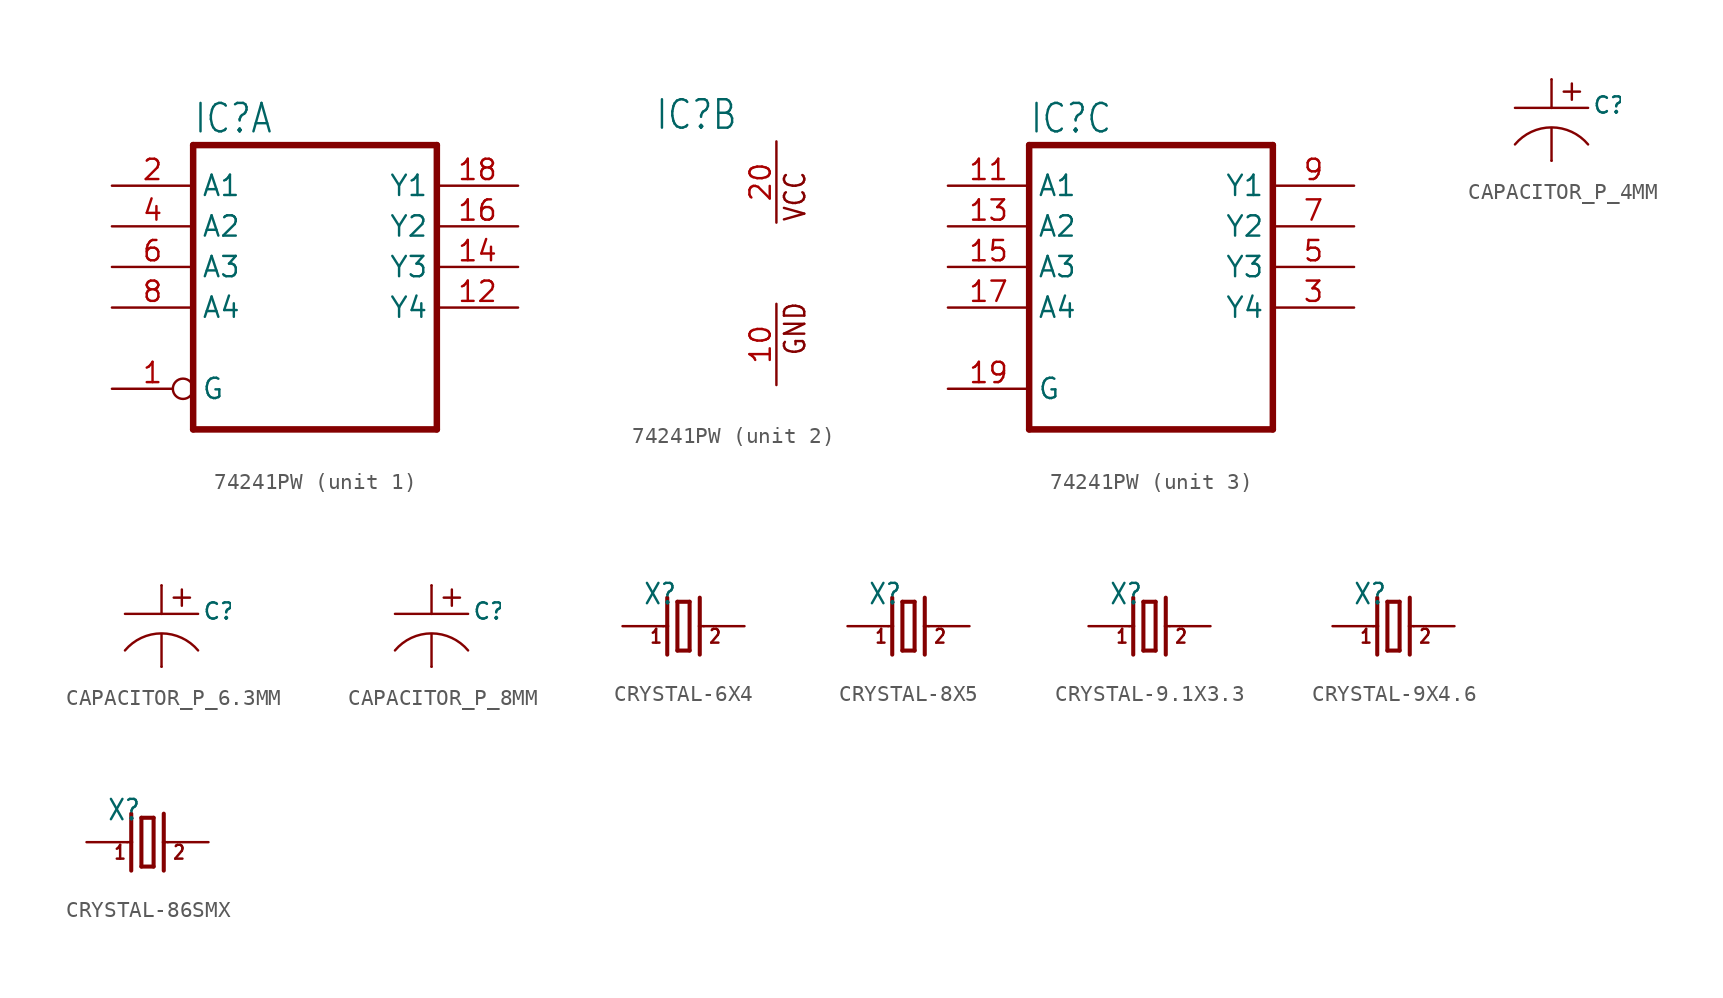
<source format=kicad_sym>
(kicad_symbol_lib
  (version 20220914)
  (generator kicad_symbol_editor)
  (symbol "74241PW"
    (property "Reference" "IC"
      (at -7.62 8.255 0)
      (effects (font (size 1.778 1.511)) (justify left bottom)))
    (property "ki_locked" ""
      (at 0 0 0)
      (effects (font (size 1.27 1.27))))
    (symbol "74241PW_1_0"
      (polyline (pts (xy -7.62 -10.16) (xy 7.62 -10.16)) (stroke (width 0.406) (type solid)) (fill (type none)))
      (polyline (pts (xy -7.62 7.62) (xy -7.62 -10.16)) (stroke (width 0.406) (type solid)) (fill (type none)))
      (polyline (pts (xy 7.62 -10.16) (xy 7.62 7.62)) (stroke (width 0.406) (type solid)) (fill (type none)))
      (polyline (pts (xy 7.62 7.62) (xy -7.62 7.62)) (stroke (width 0.406) (type solid)) (fill (type none)))
      (pin input inverted (at -12.7 -7.62 0) (length 5.08) (name "G" (effects (font (size 1.27 1.27)))) (number "1" (effects (font (size 1.27 1.27)))))
      (pin tri_state line (at 12.7 -2.54 180) (length 5.08) (name "Y4" (effects (font (size 1.27 1.27)))) (number "12" (effects (font (size 1.27 1.27)))))
      (pin tri_state line (at 12.7 0 180) (length 5.08) (name "Y3" (effects (font (size 1.27 1.27)))) (number "14" (effects (font (size 1.27 1.27)))))
      (pin tri_state line (at 12.7 2.54 180) (length 5.08) (name "Y2" (effects (font (size 1.27 1.27)))) (number "16" (effects (font (size 1.27 1.27)))))
      (pin tri_state line (at 12.7 5.08 180) (length 5.08) (name "Y1" (effects (font (size 1.27 1.27)))) (number "18" (effects (font (size 1.27 1.27)))))
      (pin input line (at -12.7 5.08 0) (length 5.08) (name "A1" (effects (font (size 1.27 1.27)))) (number "2" (effects (font (size 1.27 1.27)))))
      (pin input line (at -12.7 2.54 0) (length 5.08) (name "A2" (effects (font (size 1.27 1.27)))) (number "4" (effects (font (size 1.27 1.27)))))
      (pin input line (at -12.7 0 0) (length 5.08) (name "A3" (effects (font (size 1.27 1.27)))) (number "6" (effects (font (size 1.27 1.27)))))
      (pin input line (at -12.7 -2.54 0) (length 5.08) (name "A4" (effects (font (size 1.27 1.27)))) (number "8" (effects (font (size 1.27 1.27))))))
    (symbol "74241PW_2_0"
      (text "GND" (at 1.905 -5.842 900) (effects (font (size 1.27 1.079)) (justify left bottom)))
      (text "VCC" (at 1.905 2.54 900) (effects (font (size 1.27 1.079)) (justify left bottom)))
      (pin power_in line (at 0 -7.62 90) (length 5.08) (name "GND" (effects (font (size 0 0)))) (number "10" (effects (font (size 1.27 1.27)))))
      (pin power_in line (at 0 7.62 270) (length 5.08) (name "VCC" (effects (font (size 0 0)))) (number "20" (effects (font (size 1.27 1.27))))))
    (symbol "74241PW_3_0"
      (polyline (pts (xy -7.62 -10.16) (xy 7.62 -10.16)) (stroke (width 0.406) (type solid)) (fill (type none)))
      (polyline (pts (xy -7.62 7.62) (xy -7.62 -10.16)) (stroke (width 0.406) (type solid)) (fill (type none)))
      (polyline (pts (xy 7.62 -10.16) (xy 7.62 7.62)) (stroke (width 0.406) (type solid)) (fill (type none)))
      (polyline (pts (xy 7.62 7.62) (xy -7.62 7.62)) (stroke (width 0.406) (type solid)) (fill (type none)))
      (pin input line (at -12.7 5.08 0) (length 5.08) (name "A1" (effects (font (size 1.27 1.27)))) (number "11" (effects (font (size 1.27 1.27)))))
      (pin input line (at -12.7 2.54 0) (length 5.08) (name "A2" (effects (font (size 1.27 1.27)))) (number "13" (effects (font (size 1.27 1.27)))))
      (pin input line (at -12.7 0 0) (length 5.08) (name "A3" (effects (font (size 1.27 1.27)))) (number "15" (effects (font (size 1.27 1.27)))))
      (pin input line (at -12.7 -2.54 0) (length 5.08) (name "A4" (effects (font (size 1.27 1.27)))) (number "17" (effects (font (size 1.27 1.27)))))
      (pin input line (at -12.7 -7.62 0) (length 5.08) (name "G" (effects (font (size 1.27 1.27)))) (number "19" (effects (font (size 1.27 1.27)))))
      (pin tri_state line (at 12.7 -2.54 180) (length 5.08) (name "Y4" (effects (font (size 1.27 1.27)))) (number "3" (effects (font (size 1.27 1.27)))))
      (pin tri_state line (at 12.7 0 180) (length 5.08) (name "Y3" (effects (font (size 1.27 1.27)))) (number "5" (effects (font (size 1.27 1.27)))))
      (pin tri_state line (at 12.7 2.54 180) (length 5.08) (name "Y2" (effects (font (size 1.27 1.27)))) (number "7" (effects (font (size 1.27 1.27)))))
      (pin tri_state line (at 12.7 5.08 180) (length 5.08) (name "Y1" (effects (font (size 1.27 1.27)))) (number "9" (effects (font (size 1.27 1.27)))))))
  (symbol "CAPACITOR_P_4MM"
    (property "Reference" "C"
      (at 2.54 1.524 0)
      (effects (font (size 1.016 1.016)) (justify left top)))
    (property "Value" ""
      (at 2.54 -1.524 0)
      (effects (font (size 1.016 1.016)) (justify left bottom)))
    (property "ki_locked" ""
      (at 0 0 0)
      (effects (font (size 1.27 1.27))))
    (symbol "CAPACITOR_P_4MM_1_0"
      (polyline (pts (xy -2.286 0.762) (xy 0 0.762)) (stroke (width 0.152) (type solid)) (fill (type none)))
      (polyline (pts (xy 0 -2.54) (xy 0 -0.508)) (stroke (width 0.152) (type solid)) (fill (type none)))
      (polyline (pts (xy 0 0.762) (xy 2.286 0.762)) (stroke (width 0.152) (type solid)) (fill (type none)))
      (polyline (pts (xy 0 2.54) (xy 0 0.762)) (stroke (width 0.152) (type solid)) (fill (type none)))
      (polyline (pts (xy 1.27 2.286) (xy 1.27 1.27)) (stroke (width 0.152) (type solid)) (fill (type none)))
      (polyline (pts (xy 1.778 1.778) (xy 0.762 1.778)) (stroke (width 0.152) (type solid)) (fill (type none)))
      (arc (start 2.2859 -1.5239) (mid -0.0001 -0.458) (end -2.286 -1.524) (stroke (width 0.1524) (type solid)) (fill (type none)))
      (pin passive line (at 0 2.54 270) (length 0) (name "P$1" (effects (font (size 0 0)))) (number "P$1" (effects (font (size 0 0)))))
      (pin passive line (at 0 -2.54 90) (length 0) (name "P$2" (effects (font (size 0 0)))) (number "P$2" (effects (font (size 0 0)))))))
  (symbol "CAPACITOR_P_6.3MM"
    (property "Reference" "C"
      (at 2.54 1.524 0)
      (effects (font (size 1.016 1.016)) (justify left top)))
    (property "Value" ""
      (at 2.54 -1.524 0)
      (effects (font (size 1.016 1.016)) (justify left bottom)))
    (property "ki_locked" ""
      (at 0 0 0)
      (effects (font (size 1.27 1.27))))
    (symbol "CAPACITOR_P_6.3MM_1_0"
      (polyline (pts (xy -2.286 0.762) (xy 0 0.762)) (stroke (width 0.152) (type solid)) (fill (type none)))
      (polyline (pts (xy 0 -2.54) (xy 0 -0.508)) (stroke (width 0.152) (type solid)) (fill (type none)))
      (polyline (pts (xy 0 0.762) (xy 2.286 0.762)) (stroke (width 0.152) (type solid)) (fill (type none)))
      (polyline (pts (xy 0 2.54) (xy 0 0.762)) (stroke (width 0.152) (type solid)) (fill (type none)))
      (polyline (pts (xy 1.27 2.286) (xy 1.27 1.27)) (stroke (width 0.152) (type solid)) (fill (type none)))
      (polyline (pts (xy 1.778 1.778) (xy 0.762 1.778)) (stroke (width 0.152) (type solid)) (fill (type none)))
      (arc (start 2.2859 -1.5239) (mid -0.0001 -0.458) (end -2.286 -1.524) (stroke (width 0.1524) (type solid)) (fill (type none)))
      (pin passive line (at 0 2.54 270) (length 0) (name "P$1" (effects (font (size 0 0)))) (number "P$1" (effects (font (size 0 0)))))
      (pin passive line (at 0 -2.54 90) (length 0) (name "P$2" (effects (font (size 0 0)))) (number "P$2" (effects (font (size 0 0)))))))
  (symbol "CAPACITOR_P_8MM"
    (property "Reference" "C"
      (at 2.54 1.524 0)
      (effects (font (size 1.016 1.016)) (justify left top)))
    (property "Value" ""
      (at 2.54 -1.524 0)
      (effects (font (size 1.016 1.016)) (justify left bottom)))
    (property "ki_locked" ""
      (at 0 0 0)
      (effects (font (size 1.27 1.27))))
    (symbol "CAPACITOR_P_8MM_1_0"
      (polyline (pts (xy -2.286 0.762) (xy 0 0.762)) (stroke (width 0.152) (type solid)) (fill (type none)))
      (polyline (pts (xy 0 -2.54) (xy 0 -0.508)) (stroke (width 0.152) (type solid)) (fill (type none)))
      (polyline (pts (xy 0 0.762) (xy 2.286 0.762)) (stroke (width 0.152) (type solid)) (fill (type none)))
      (polyline (pts (xy 0 2.54) (xy 0 0.762)) (stroke (width 0.152) (type solid)) (fill (type none)))
      (polyline (pts (xy 1.27 2.286) (xy 1.27 1.27)) (stroke (width 0.152) (type solid)) (fill (type none)))
      (polyline (pts (xy 1.778 1.778) (xy 0.762 1.778)) (stroke (width 0.152) (type solid)) (fill (type none)))
      (arc (start 2.2859 -1.5239) (mid -0.0001 -0.458) (end -2.286 -1.524) (stroke (width 0.1524) (type solid)) (fill (type none)))
      (pin passive line (at 0 2.54 270) (length 0) (name "P$1" (effects (font (size 0 0)))) (number "P$1" (effects (font (size 0 0)))))
      (pin passive line (at 0 -2.54 90) (length 0) (name "P$2" (effects (font (size 0 0)))) (number "P$2" (effects (font (size 0 0)))))))
  (symbol "CRYSTAL-6X4"
    (property "Reference" "X"
      (at -2.54 1.27 0)
      (effects (font (size 1.27 1.079)) (justify left bottom)))
    (property "Value" ""
      (at -2.54 -2.667 0)
      (effects (font (size 1.27 1.079)) (justify left bottom)))
    (property "ki_locked" ""
      (at 0 0 0)
      (effects (font (size 1.27 1.27))))
    (symbol "CRYSTAL-6X4_1_0"
      (polyline (pts (xy -1.27 0) (xy -1.016 0)) (stroke (width 0.152) (type solid)) (fill (type none)))
      (polyline (pts (xy -1.016 0) (xy -1.016 -1.778)) (stroke (width 0.254) (type solid)) (fill (type none)))
      (polyline (pts (xy -1.016 1.778) (xy -1.016 0)) (stroke (width 0.254) (type solid)) (fill (type none)))
      (polyline (pts (xy -0.381 -1.524) (xy 0.381 -1.524)) (stroke (width 0.254) (type solid)) (fill (type none)))
      (polyline (pts (xy -0.381 1.524) (xy -0.381 -1.524)) (stroke (width 0.254) (type solid)) (fill (type none)))
      (polyline (pts (xy 0.381 -1.524) (xy 0.381 1.524)) (stroke (width 0.254) (type solid)) (fill (type none)))
      (polyline (pts (xy 0.381 1.524) (xy -0.381 1.524)) (stroke (width 0.254) (type solid)) (fill (type none)))
      (polyline (pts (xy 1.016 0) (xy 1.016 -1.778)) (stroke (width 0.254) (type solid)) (fill (type none)))
      (polyline (pts (xy 1.016 0) (xy 1.27 0)) (stroke (width 0.152) (type solid)) (fill (type none)))
      (polyline (pts (xy 1.016 1.778) (xy 1.016 0)) (stroke (width 0.254) (type solid)) (fill (type none)))
      (text "1" (at -2.159 -1.143 0) (effects (font (size 0.864 0.734)) (justify left bottom)))
      (text "2" (at 1.524 -1.143 0) (effects (font (size 0.864 0.734)) (justify left bottom)))
      (pin passive line (at -3.81 0 0) (length 2.54) (name "1" (effects (font (size 0 0)))) (number "1" (effects (font (size 0 0)))))
      (pin passive line (at 3.81 0 180) (length 2.54) (name "2" (effects (font (size 0 0)))) (number "2" (effects (font (size 0 0)))))))
  (symbol "CRYSTAL-8X5"
    (property "Reference" "X"
      (at -2.54 1.27 0)
      (effects (font (size 1.27 1.079)) (justify left bottom)))
    (property "Value" ""
      (at -2.54 -2.667 0)
      (effects (font (size 1.27 1.079)) (justify left bottom)))
    (property "ki_locked" ""
      (at 0 0 0)
      (effects (font (size 1.27 1.27))))
    (symbol "CRYSTAL-8X5_1_0"
      (polyline (pts (xy -1.27 0) (xy -1.016 0)) (stroke (width 0.152) (type solid)) (fill (type none)))
      (polyline (pts (xy -1.016 0) (xy -1.016 -1.778)) (stroke (width 0.254) (type solid)) (fill (type none)))
      (polyline (pts (xy -1.016 1.778) (xy -1.016 0)) (stroke (width 0.254) (type solid)) (fill (type none)))
      (polyline (pts (xy -0.381 -1.524) (xy 0.381 -1.524)) (stroke (width 0.254) (type solid)) (fill (type none)))
      (polyline (pts (xy -0.381 1.524) (xy -0.381 -1.524)) (stroke (width 0.254) (type solid)) (fill (type none)))
      (polyline (pts (xy 0.381 -1.524) (xy 0.381 1.524)) (stroke (width 0.254) (type solid)) (fill (type none)))
      (polyline (pts (xy 0.381 1.524) (xy -0.381 1.524)) (stroke (width 0.254) (type solid)) (fill (type none)))
      (polyline (pts (xy 1.016 0) (xy 1.016 -1.778)) (stroke (width 0.254) (type solid)) (fill (type none)))
      (polyline (pts (xy 1.016 0) (xy 1.27 0)) (stroke (width 0.152) (type solid)) (fill (type none)))
      (polyline (pts (xy 1.016 1.778) (xy 1.016 0)) (stroke (width 0.254) (type solid)) (fill (type none)))
      (text "1" (at -2.159 -1.143 0) (effects (font (size 0.864 0.734)) (justify left bottom)))
      (text "2" (at 1.524 -1.143 0) (effects (font (size 0.864 0.734)) (justify left bottom)))
      (pin passive line (at -3.81 0 0) (length 2.54) (name "1" (effects (font (size 0 0)))) (number "1" (effects (font (size 0 0)))))
      (pin passive line (at 3.81 0 180) (length 2.54) (name "2" (effects (font (size 0 0)))) (number "2" (effects (font (size 0 0)))))))
  (symbol "CRYSTAL-9.1X3.3"
    (property "Reference" "X"
      (at -2.54 1.27 0)
      (effects (font (size 1.27 1.079)) (justify left bottom)))
    (property "Value" ""
      (at -2.54 -2.667 0)
      (effects (font (size 1.27 1.079)) (justify left bottom)))
    (property "ki_locked" ""
      (at 0 0 0)
      (effects (font (size 1.27 1.27))))
    (symbol "CRYSTAL-9.1X3.3_1_0"
      (polyline (pts (xy -1.27 0) (xy -1.016 0)) (stroke (width 0.152) (type solid)) (fill (type none)))
      (polyline (pts (xy -1.016 0) (xy -1.016 -1.778)) (stroke (width 0.254) (type solid)) (fill (type none)))
      (polyline (pts (xy -1.016 1.778) (xy -1.016 0)) (stroke (width 0.254) (type solid)) (fill (type none)))
      (polyline (pts (xy -0.381 -1.524) (xy 0.381 -1.524)) (stroke (width 0.254) (type solid)) (fill (type none)))
      (polyline (pts (xy -0.381 1.524) (xy -0.381 -1.524)) (stroke (width 0.254) (type solid)) (fill (type none)))
      (polyline (pts (xy 0.381 -1.524) (xy 0.381 1.524)) (stroke (width 0.254) (type solid)) (fill (type none)))
      (polyline (pts (xy 0.381 1.524) (xy -0.381 1.524)) (stroke (width 0.254) (type solid)) (fill (type none)))
      (polyline (pts (xy 1.016 0) (xy 1.016 -1.778)) (stroke (width 0.254) (type solid)) (fill (type none)))
      (polyline (pts (xy 1.016 0) (xy 1.27 0)) (stroke (width 0.152) (type solid)) (fill (type none)))
      (polyline (pts (xy 1.016 1.778) (xy 1.016 0)) (stroke (width 0.254) (type solid)) (fill (type none)))
      (text "1" (at -2.159 -1.143 0) (effects (font (size 0.864 0.734)) (justify left bottom)))
      (text "2" (at 1.524 -1.143 0) (effects (font (size 0.864 0.734)) (justify left bottom)))
      (pin passive line (at -3.81 0 0) (length 2.54) (name "1" (effects (font (size 0 0)))) (number "1" (effects (font (size 0 0)))))
      (pin passive line (at 3.81 0 180) (length 2.54) (name "2" (effects (font (size 0 0)))) (number "2" (effects (font (size 0 0)))))))
  (symbol "CRYSTAL-9X4.6"
    (property "Reference" "X"
      (at -2.54 1.27 0)
      (effects (font (size 1.27 1.079)) (justify left bottom)))
    (property "Value" ""
      (at -2.54 -2.667 0)
      (effects (font (size 1.27 1.079)) (justify left bottom)))
    (property "ki_locked" ""
      (at 0 0 0)
      (effects (font (size 1.27 1.27))))
    (symbol "CRYSTAL-9X4.6_1_0"
      (polyline (pts (xy -1.27 0) (xy -1.016 0)) (stroke (width 0.152) (type solid)) (fill (type none)))
      (polyline (pts (xy -1.016 0) (xy -1.016 -1.778)) (stroke (width 0.254) (type solid)) (fill (type none)))
      (polyline (pts (xy -1.016 1.778) (xy -1.016 0)) (stroke (width 0.254) (type solid)) (fill (type none)))
      (polyline (pts (xy -0.381 -1.524) (xy 0.381 -1.524)) (stroke (width 0.254) (type solid)) (fill (type none)))
      (polyline (pts (xy -0.381 1.524) (xy -0.381 -1.524)) (stroke (width 0.254) (type solid)) (fill (type none)))
      (polyline (pts (xy 0.381 -1.524) (xy 0.381 1.524)) (stroke (width 0.254) (type solid)) (fill (type none)))
      (polyline (pts (xy 0.381 1.524) (xy -0.381 1.524)) (stroke (width 0.254) (type solid)) (fill (type none)))
      (polyline (pts (xy 1.016 0) (xy 1.016 -1.778)) (stroke (width 0.254) (type solid)) (fill (type none)))
      (polyline (pts (xy 1.016 0) (xy 1.27 0)) (stroke (width 0.152) (type solid)) (fill (type none)))
      (polyline (pts (xy 1.016 1.778) (xy 1.016 0)) (stroke (width 0.254) (type solid)) (fill (type none)))
      (text "1" (at -2.159 -1.143 0) (effects (font (size 0.864 0.734)) (justify left bottom)))
      (text "2" (at 1.524 -1.143 0) (effects (font (size 0.864 0.734)) (justify left bottom)))
      (pin passive line (at -3.81 0 0) (length 2.54) (name "1" (effects (font (size 0 0)))) (number "1" (effects (font (size 0 0)))))
      (pin passive line (at 3.81 0 180) (length 2.54) (name "2" (effects (font (size 0 0)))) (number "2" (effects (font (size 0 0)))))))
  (symbol "CRYSTAL-86SMX"
    (property "Reference" "X"
      (at -2.54 1.27 0)
      (effects (font (size 1.27 1.079)) (justify left bottom)))
    (property "Value" ""
      (at -2.54 -2.667 0)
      (effects (font (size 1.27 1.079)) (justify left bottom)))
    (property "ki_locked" ""
      (at 0 0 0)
      (effects (font (size 1.27 1.27))))
    (symbol "CRYSTAL-86SMX_1_0"
      (polyline (pts (xy -1.27 0) (xy -1.016 0)) (stroke (width 0.152) (type solid)) (fill (type none)))
      (polyline (pts (xy -1.016 0) (xy -1.016 -1.778)) (stroke (width 0.254) (type solid)) (fill (type none)))
      (polyline (pts (xy -1.016 1.778) (xy -1.016 0)) (stroke (width 0.254) (type solid)) (fill (type none)))
      (polyline (pts (xy -0.381 -1.524) (xy 0.381 -1.524)) (stroke (width 0.254) (type solid)) (fill (type none)))
      (polyline (pts (xy -0.381 1.524) (xy -0.381 -1.524)) (stroke (width 0.254) (type solid)) (fill (type none)))
      (polyline (pts (xy 0.381 -1.524) (xy 0.381 1.524)) (stroke (width 0.254) (type solid)) (fill (type none)))
      (polyline (pts (xy 0.381 1.524) (xy -0.381 1.524)) (stroke (width 0.254) (type solid)) (fill (type none)))
      (polyline (pts (xy 1.016 0) (xy 1.016 -1.778)) (stroke (width 0.254) (type solid)) (fill (type none)))
      (polyline (pts (xy 1.016 0) (xy 1.27 0)) (stroke (width 0.152) (type solid)) (fill (type none)))
      (polyline (pts (xy 1.016 1.778) (xy 1.016 0)) (stroke (width 0.254) (type solid)) (fill (type none)))
      (text "1" (at -2.159 -1.143 0) (effects (font (size 0.864 0.734)) (justify left bottom)))
      (text "2" (at 1.524 -1.143 0) (effects (font (size 0.864 0.734)) (justify left bottom)))
      (pin passive line (at -3.81 0 0) (length 2.54) (name "1" (effects (font (size 0 0)))) (number "1" (effects (font (size 0 0)))))
      (pin passive line (at 3.81 0 180) (length 2.54) (name "2" (effects (font (size 0 0)))) (number "4" (effects (font (size 0 0))))))))
</source>
